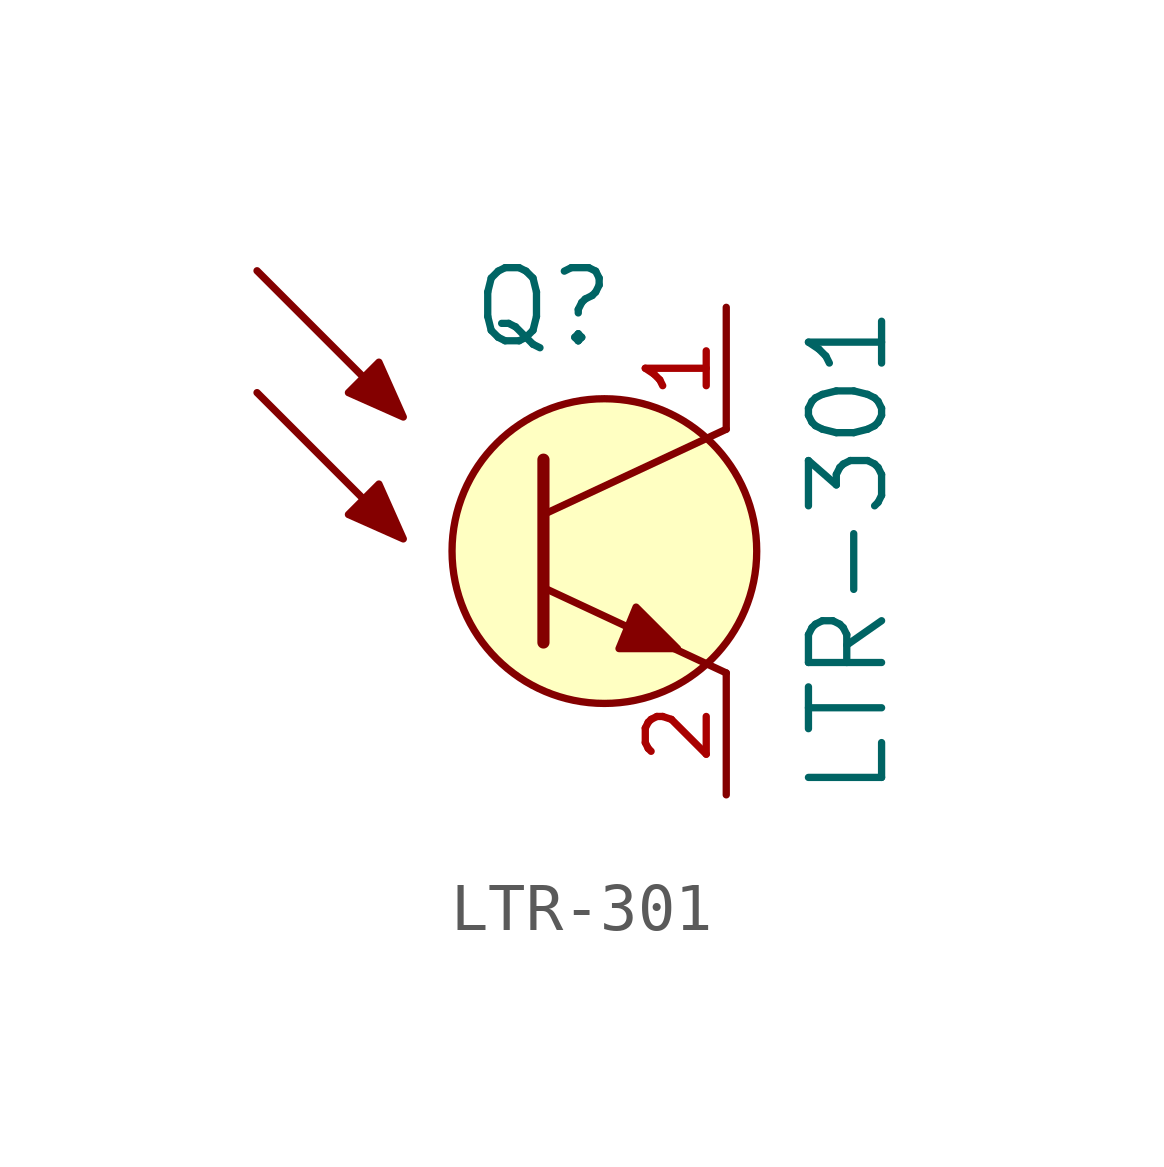
<source format=kicad_sym>
(kicad_symbol_lib
  (version 20211014)
  (generator kicad_symbol_editor)
  (symbol "LTR-301"
    (pin_names
      (offset 1.016) hide)
    (property "Reference" "Q"
      (at -1.27 5.08 0)
      (effects (font (size 1.524 1.524))))
    (property "Value" "LTR-301"
      (at 5.08 0 90)
      (effects (font (size 1.524 1.524))))
    (symbol "LTR-301_0_1"
      (polyline (pts (xy -7.239 3.302) (xy -4.953 1.016)) (stroke (width 0) (type default) (color 0 0 0 0)) (fill (type none)))
      (polyline (pts (xy -7.239 5.842) (xy -4.953 3.556)) (stroke (width 0) (type default) (color 0 0 0 0)) (fill (type none)))
      (polyline (pts (xy -1.27 -1.905) (xy -1.27 1.905)) (stroke (width 0.254) (type default) (color 0 0 0 0)) (fill (type none)))
      (polyline (pts (xy -1.27 -0.762) (xy 2.54 -2.54)) (stroke (width 0) (type default) (color 0 0 0 0)) (fill (type none)))
      (polyline (pts (xy -1.27 0.762) (xy 2.54 2.54)) (stroke (width 0) (type default) (color 0 0 0 0)) (fill (type none)))
      (polyline (pts (xy -4.191 0.254) (xy -5.334 0.762) (xy -4.699 1.397) (xy -4.191 0.254)) (stroke (width 0) (type default) (color 0 0 0 0)) (fill (type outline)))
      (polyline (pts (xy -4.191 2.794) (xy -5.334 3.302) (xy -4.699 3.937) (xy -4.191 2.794)) (stroke (width 0) (type default) (color 0 0 0 0)) (fill (type outline)))
      (polyline (pts (xy 1.524 -2.032) (xy 0.305 -2.032) (xy 0.66 -1.168) (xy 1.524 -2.032)) (stroke (width 0) (type default) (color 0 0 0 0)) (fill (type outline)))
      (circle (center 0 0) (radius 3.175) (stroke (width 0) (type default) (color 0 0 0 0)) (fill (type background))))
    (symbol "LTR-301_1_1"
      (pin passive line (at 2.54 5.08 270) (length 2.54) (name "C" (effects (font (size 1.27 1.27)))) (number "1" (effects (font (size 1.27 1.27)))))
      (pin passive line (at 2.54 -5.08 90) (length 2.54) (name "E" (effects (font (size 1.27 1.27)))) (number "2" (effects (font (size 1.27 1.27))))))))
</source>
